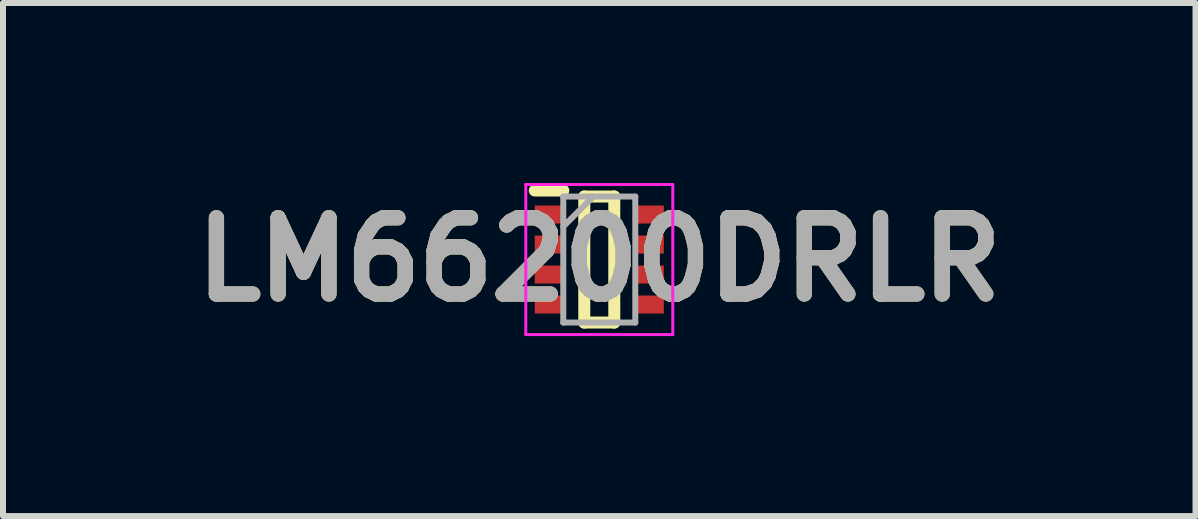
<source format=kicad_pcb>
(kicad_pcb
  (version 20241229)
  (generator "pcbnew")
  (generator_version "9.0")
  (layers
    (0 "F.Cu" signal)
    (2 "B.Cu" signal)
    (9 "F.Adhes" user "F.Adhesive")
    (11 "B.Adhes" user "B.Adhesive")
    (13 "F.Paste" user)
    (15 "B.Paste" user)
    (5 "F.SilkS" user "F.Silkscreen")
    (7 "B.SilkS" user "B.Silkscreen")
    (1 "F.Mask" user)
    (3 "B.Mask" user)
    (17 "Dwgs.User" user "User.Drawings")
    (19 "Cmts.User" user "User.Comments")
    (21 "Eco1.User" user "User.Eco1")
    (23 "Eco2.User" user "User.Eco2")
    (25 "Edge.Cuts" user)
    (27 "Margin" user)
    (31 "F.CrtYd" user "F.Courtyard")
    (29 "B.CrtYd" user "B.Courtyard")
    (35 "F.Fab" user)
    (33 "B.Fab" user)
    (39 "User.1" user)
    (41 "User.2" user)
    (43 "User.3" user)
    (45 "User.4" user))
  (footprint "LM66200DRLR"
    (layer "F.Cu")
    (at 6.937 1.275)
    (property "Reference" "LM66200DRLR" (at 0 0 0) (layer "F.SilkS") (effects (font (size 1.27 1.27) (thickness 0.254))))
    (attr smd)
    (fp_line (start -1.075 -1.15) (end -0.6 -1.15) (stroke (width 0.2) (type solid)) (layer "F.SilkS"))
    (fp_line (start -0.25 -1.05) (end 0.25 -1.05) (stroke (width 0.2) (type solid)) (layer "F.SilkS"))
    (fp_line (start -0.25 1.05) (end -0.25 -1.05) (stroke (width 0.2) (type solid)) (layer "F.SilkS"))
    (fp_line (start 0.25 -1.05) (end 0.25 1.05) (stroke (width 0.2) (type solid)) (layer "F.SilkS"))
    (fp_line (start 0.25 1.05) (end -0.25 1.05) (stroke (width 0.2) (type solid)) (layer "F.SilkS"))
    (fp_line (start -1.225 -1.25) (end 1.225 -1.25) (stroke (width 0.05) (type solid)) (layer "F.CrtYd"))
    (fp_line (start -1.225 1.25) (end -1.225 -1.25) (stroke (width 0.05) (type solid)) (layer "F.CrtYd"))
    (fp_line (start 1.225 -1.25) (end 1.225 1.25) (stroke (width 0.05) (type solid)) (layer "F.CrtYd"))
    (fp_line (start 1.225 1.25) (end -1.225 1.25) (stroke (width 0.05) (type solid)) (layer "F.CrtYd"))
    (fp_line (start -0.6 -1.05) (end 0.6 -1.05) (stroke (width 0.1) (type solid)) (layer "F.Fab"))
    (fp_line (start -0.6 -0.55) (end -0.1 -1.05) (stroke (width 0.1) (type solid)) (layer "F.Fab"))
    (fp_line (start -0.6 1.05) (end -0.6 -1.05) (stroke (width 0.1) (type solid)) (layer "F.Fab"))
    (fp_line (start 0.6 -1.05) (end 0.6 1.05) (stroke (width 0.1) (type solid)) (layer "F.Fab"))
    (fp_line (start 0.6 1.05) (end -0.6 1.05) (stroke (width 0.1) (type solid)) (layer "F.Fab"))
    (fp_text user "${REFERENCE}" (at 0 0 0) (layer "F.Fab") (effects (font (size 1.27 1.27) (thickness 0.254))))
    (pad "1" smd rect (at -0.838 -0.75 90) (size 0.3 0.475) (layers "F.Cu" "F.Mask" "F.Paste"))
    (pad "2" smd rect (at -0.838 -0.25 90) (size 0.3 0.475) (layers "F.Cu" "F.Mask" "F.Paste"))
    (pad "3" smd rect (at -0.838 0.25 90) (size 0.3 0.475) (layers "F.Cu" "F.Mask" "F.Paste"))
    (pad "4" smd rect (at -0.838 0.75 90) (size 0.3 0.475) (layers "F.Cu" "F.Mask" "F.Paste"))
    (pad "5" smd rect (at 0.838 0.75 90) (size 0.3 0.475) (layers "F.Cu" "F.Mask" "F.Paste"))
    (pad "6" smd rect (at 0.838 0.25 90) (size 0.3 0.475) (layers "F.Cu" "F.Mask" "F.Paste"))
    (pad "7" smd rect (at 0.838 -0.25 90) (size 0.3 0.475) (layers "F.Cu" "F.Mask" "F.Paste"))
    (pad "8" smd rect (at 0.838 -0.75 90) (size 0.3 0.475) (layers "F.Cu" "F.Mask" "F.Paste")))
  (gr_rect
    (start -3 -3)
    (end 16.873 5.55)
    (stroke (width 0.1) (type default))
    (fill no)
    (layer "Edge.Cuts")))
</source>
